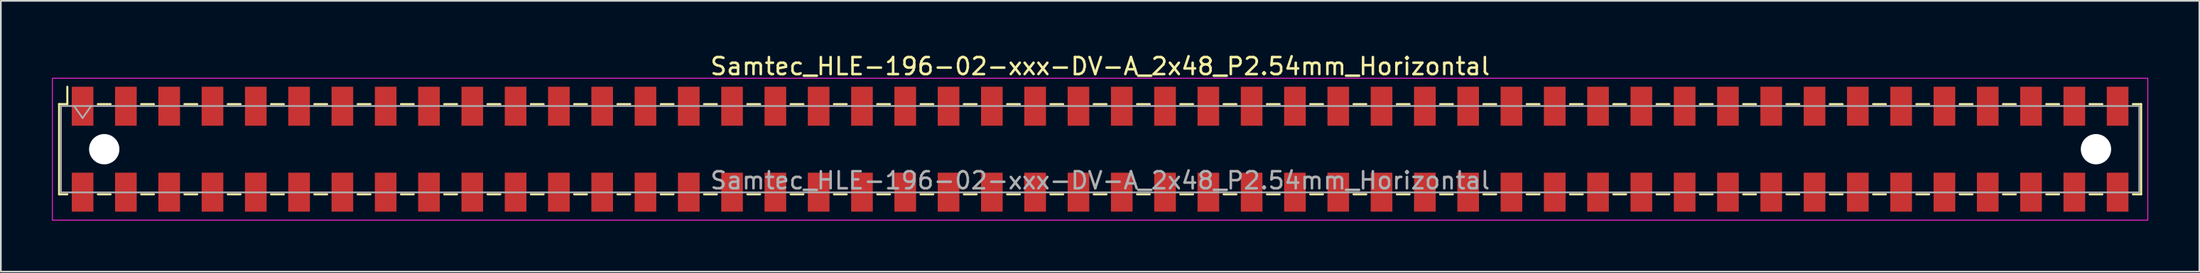
<source format=kicad_pcb>
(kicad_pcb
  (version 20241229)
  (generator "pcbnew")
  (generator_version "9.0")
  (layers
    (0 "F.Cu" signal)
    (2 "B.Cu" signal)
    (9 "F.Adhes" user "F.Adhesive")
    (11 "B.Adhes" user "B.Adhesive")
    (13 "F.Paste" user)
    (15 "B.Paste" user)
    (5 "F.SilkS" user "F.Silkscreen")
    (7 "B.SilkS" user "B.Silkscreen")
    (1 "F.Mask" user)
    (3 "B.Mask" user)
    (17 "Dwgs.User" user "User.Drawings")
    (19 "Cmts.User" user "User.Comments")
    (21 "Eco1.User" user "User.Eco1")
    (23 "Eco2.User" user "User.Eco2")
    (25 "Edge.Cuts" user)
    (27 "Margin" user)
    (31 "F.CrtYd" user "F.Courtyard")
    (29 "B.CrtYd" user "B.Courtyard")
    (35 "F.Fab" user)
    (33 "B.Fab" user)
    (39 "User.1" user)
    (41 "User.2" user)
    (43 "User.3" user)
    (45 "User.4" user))
  (footprint "Samtec_HLE-196-02-xxx-DV-A_2x48_P2.54mm_Horizontal"
    (layer "F.Cu")
    (at 61.485 5.718)
    (property "Reference" "Samtec_HLE-196-02-xxx-DV-A_2x48_P2.54mm_Horizontal" (at 0 -4.87 0) (layer "F.SilkS") (effects (font (size 1 1) (thickness 0.15))))
    (attr smd)
    (fp_line (start -61.07 -2.65) (end -61.07 2.65) (stroke (width 0.12) (type solid)) (layer "F.SilkS"))
    (fp_line (start -61.07 2.65) (end -60.585 2.65) (stroke (width 0.12) (type solid)) (layer "F.SilkS"))
    (fp_line (start -60.585 -3.67) (end -60.585 -2.65) (stroke (width 0.12) (type solid)) (layer "F.SilkS"))
    (fp_line (start -60.585 -2.65) (end -61.07 -2.65) (stroke (width 0.12) (type solid)) (layer "F.SilkS"))
    (fp_line (start -58.795 -2.65) (end -58.045 -2.65) (stroke (width 0.12) (type solid)) (layer "F.SilkS"))
    (fp_line (start -58.795 2.65) (end -58.045 2.65) (stroke (width 0.12) (type solid)) (layer "F.SilkS"))
    (fp_line (start -56.255 -2.65) (end -55.505 -2.65) (stroke (width 0.12) (type solid)) (layer "F.SilkS"))
    (fp_line (start -56.255 2.65) (end -55.505 2.65) (stroke (width 0.12) (type solid)) (layer "F.SilkS"))
    (fp_line (start -53.715 -2.65) (end -52.965 -2.65) (stroke (width 0.12) (type solid)) (layer "F.SilkS"))
    (fp_line (start -53.715 2.65) (end -52.965 2.65) (stroke (width 0.12) (type solid)) (layer "F.SilkS"))
    (fp_line (start -51.175 -2.65) (end -50.425 -2.65) (stroke (width 0.12) (type solid)) (layer "F.SilkS"))
    (fp_line (start -51.175 2.65) (end -50.425 2.65) (stroke (width 0.12) (type solid)) (layer "F.SilkS"))
    (fp_line (start -48.635 -2.65) (end -47.885 -2.65) (stroke (width 0.12) (type solid)) (layer "F.SilkS"))
    (fp_line (start -48.635 2.65) (end -47.885 2.65) (stroke (width 0.12) (type solid)) (layer "F.SilkS"))
    (fp_line (start -46.095 -2.65) (end -45.345 -2.65) (stroke (width 0.12) (type solid)) (layer "F.SilkS"))
    (fp_line (start -46.095 2.65) (end -45.345 2.65) (stroke (width 0.12) (type solid)) (layer "F.SilkS"))
    (fp_line (start -43.555 -2.65) (end -42.805 -2.65) (stroke (width 0.12) (type solid)) (layer "F.SilkS"))
    (fp_line (start -43.555 2.65) (end -42.805 2.65) (stroke (width 0.12) (type solid)) (layer "F.SilkS"))
    (fp_line (start -41.015 -2.65) (end -40.265 -2.65) (stroke (width 0.12) (type solid)) (layer "F.SilkS"))
    (fp_line (start -41.015 2.65) (end -40.265 2.65) (stroke (width 0.12) (type solid)) (layer "F.SilkS"))
    (fp_line (start -38.475 -2.65) (end -37.725 -2.65) (stroke (width 0.12) (type solid)) (layer "F.SilkS"))
    (fp_line (start -38.475 2.65) (end -37.725 2.65) (stroke (width 0.12) (type solid)) (layer "F.SilkS"))
    (fp_line (start -35.935 -2.65) (end -35.185 -2.65) (stroke (width 0.12) (type solid)) (layer "F.SilkS"))
    (fp_line (start -35.935 2.65) (end -35.185 2.65) (stroke (width 0.12) (type solid)) (layer "F.SilkS"))
    (fp_line (start -33.395 -2.65) (end -32.645 -2.65) (stroke (width 0.12) (type solid)) (layer "F.SilkS"))
    (fp_line (start -33.395 2.65) (end -32.645 2.65) (stroke (width 0.12) (type solid)) (layer "F.SilkS"))
    (fp_line (start -30.855 -2.65) (end -30.105 -2.65) (stroke (width 0.12) (type solid)) (layer "F.SilkS"))
    (fp_line (start -30.855 2.65) (end -30.105 2.65) (stroke (width 0.12) (type solid)) (layer "F.SilkS"))
    (fp_line (start -28.315 -2.65) (end -27.565 -2.65) (stroke (width 0.12) (type solid)) (layer "F.SilkS"))
    (fp_line (start -28.315 2.65) (end -27.565 2.65) (stroke (width 0.12) (type solid)) (layer "F.SilkS"))
    (fp_line (start -25.775 -2.65) (end -25.025 -2.65) (stroke (width 0.12) (type solid)) (layer "F.SilkS"))
    (fp_line (start -25.775 2.65) (end -25.025 2.65) (stroke (width 0.12) (type solid)) (layer "F.SilkS"))
    (fp_line (start -23.235 -2.65) (end -22.485 -2.65) (stroke (width 0.12) (type solid)) (layer "F.SilkS"))
    (fp_line (start -23.235 2.65) (end -22.485 2.65) (stroke (width 0.12) (type solid)) (layer "F.SilkS"))
    (fp_line (start -20.695 -2.65) (end -19.945 -2.65) (stroke (width 0.12) (type solid)) (layer "F.SilkS"))
    (fp_line (start -20.695 2.65) (end -19.945 2.65) (stroke (width 0.12) (type solid)) (layer "F.SilkS"))
    (fp_line (start -18.155 -2.65) (end -17.405 -2.65) (stroke (width 0.12) (type solid)) (layer "F.SilkS"))
    (fp_line (start -18.155 2.65) (end -17.405 2.65) (stroke (width 0.12) (type solid)) (layer "F.SilkS"))
    (fp_line (start -15.615 -2.65) (end -14.865 -2.65) (stroke (width 0.12) (type solid)) (layer "F.SilkS"))
    (fp_line (start -15.615 2.65) (end -14.865 2.65) (stroke (width 0.12) (type solid)) (layer "F.SilkS"))
    (fp_line (start -13.075 -2.65) (end -12.325 -2.65) (stroke (width 0.12) (type solid)) (layer "F.SilkS"))
    (fp_line (start -13.075 2.65) (end -12.325 2.65) (stroke (width 0.12) (type solid)) (layer "F.SilkS"))
    (fp_line (start -10.535 -2.65) (end -9.785 -2.65) (stroke (width 0.12) (type solid)) (layer "F.SilkS"))
    (fp_line (start -10.535 2.65) (end -9.785 2.65) (stroke (width 0.12) (type solid)) (layer "F.SilkS"))
    (fp_line (start -7.995 -2.65) (end -7.245 -2.65) (stroke (width 0.12) (type solid)) (layer "F.SilkS"))
    (fp_line (start -7.995 2.65) (end -7.245 2.65) (stroke (width 0.12) (type solid)) (layer "F.SilkS"))
    (fp_line (start -5.455 -2.65) (end -4.705 -2.65) (stroke (width 0.12) (type solid)) (layer "F.SilkS"))
    (fp_line (start -5.455 2.65) (end -4.705 2.65) (stroke (width 0.12) (type solid)) (layer "F.SilkS"))
    (fp_line (start -2.915 -2.65) (end -2.165 -2.65) (stroke (width 0.12) (type solid)) (layer "F.SilkS"))
    (fp_line (start -2.915 2.65) (end -2.165 2.65) (stroke (width 0.12) (type solid)) (layer "F.SilkS"))
    (fp_line (start -0.375 -2.65) (end 0.375 -2.65) (stroke (width 0.12) (type solid)) (layer "F.SilkS"))
    (fp_line (start -0.375 2.65) (end 0.375 2.65) (stroke (width 0.12) (type solid)) (layer "F.SilkS"))
    (fp_line (start 2.165 -2.65) (end 2.915 -2.65) (stroke (width 0.12) (type solid)) (layer "F.SilkS"))
    (fp_line (start 2.165 2.65) (end 2.915 2.65) (stroke (width 0.12) (type solid)) (layer "F.SilkS"))
    (fp_line (start 4.705 -2.65) (end 5.455 -2.65) (stroke (width 0.12) (type solid)) (layer "F.SilkS"))
    (fp_line (start 4.705 2.65) (end 5.455 2.65) (stroke (width 0.12) (type solid)) (layer "F.SilkS"))
    (fp_line (start 7.245 -2.65) (end 7.995 -2.65) (stroke (width 0.12) (type solid)) (layer "F.SilkS"))
    (fp_line (start 7.245 2.65) (end 7.995 2.65) (stroke (width 0.12) (type solid)) (layer "F.SilkS"))
    (fp_line (start 9.785 -2.65) (end 10.535 -2.65) (stroke (width 0.12) (type solid)) (layer "F.SilkS"))
    (fp_line (start 9.785 2.65) (end 10.535 2.65) (stroke (width 0.12) (type solid)) (layer "F.SilkS"))
    (fp_line (start 12.325 -2.65) (end 13.075 -2.65) (stroke (width 0.12) (type solid)) (layer "F.SilkS"))
    (fp_line (start 12.325 2.65) (end 13.075 2.65) (stroke (width 0.12) (type solid)) (layer "F.SilkS"))
    (fp_line (start 14.865 -2.65) (end 15.615 -2.65) (stroke (width 0.12) (type solid)) (layer "F.SilkS"))
    (fp_line (start 14.865 2.65) (end 15.615 2.65) (stroke (width 0.12) (type solid)) (layer "F.SilkS"))
    (fp_line (start 17.405 -2.65) (end 18.155 -2.65) (stroke (width 0.12) (type solid)) (layer "F.SilkS"))
    (fp_line (start 17.405 2.65) (end 18.155 2.65) (stroke (width 0.12) (type solid)) (layer "F.SilkS"))
    (fp_line (start 19.945 -2.65) (end 20.695 -2.65) (stroke (width 0.12) (type solid)) (layer "F.SilkS"))
    (fp_line (start 19.945 2.65) (end 20.695 2.65) (stroke (width 0.12) (type solid)) (layer "F.SilkS"))
    (fp_line (start 22.485 -2.65) (end 23.235 -2.65) (stroke (width 0.12) (type solid)) (layer "F.SilkS"))
    (fp_line (start 22.485 2.65) (end 23.235 2.65) (stroke (width 0.12) (type solid)) (layer "F.SilkS"))
    (fp_line (start 25.025 -2.65) (end 25.775 -2.65) (stroke (width 0.12) (type solid)) (layer "F.SilkS"))
    (fp_line (start 25.025 2.65) (end 25.775 2.65) (stroke (width 0.12) (type solid)) (layer "F.SilkS"))
    (fp_line (start 27.565 -2.65) (end 28.315 -2.65) (stroke (width 0.12) (type solid)) (layer "F.SilkS"))
    (fp_line (start 27.565 2.65) (end 28.315 2.65) (stroke (width 0.12) (type solid)) (layer "F.SilkS"))
    (fp_line (start 30.105 -2.65) (end 30.855 -2.65) (stroke (width 0.12) (type solid)) (layer "F.SilkS"))
    (fp_line (start 30.105 2.65) (end 30.855 2.65) (stroke (width 0.12) (type solid)) (layer "F.SilkS"))
    (fp_line (start 32.645 -2.65) (end 33.395 -2.65) (stroke (width 0.12) (type solid)) (layer "F.SilkS"))
    (fp_line (start 32.645 2.65) (end 33.395 2.65) (stroke (width 0.12) (type solid)) (layer "F.SilkS"))
    (fp_line (start 35.185 -2.65) (end 35.935 -2.65) (stroke (width 0.12) (type solid)) (layer "F.SilkS"))
    (fp_line (start 35.185 2.65) (end 35.935 2.65) (stroke (width 0.12) (type solid)) (layer "F.SilkS"))
    (fp_line (start 37.725 -2.65) (end 38.475 -2.65) (stroke (width 0.12) (type solid)) (layer "F.SilkS"))
    (fp_line (start 37.725 2.65) (end 38.475 2.65) (stroke (width 0.12) (type solid)) (layer "F.SilkS"))
    (fp_line (start 40.265 -2.65) (end 41.015 -2.65) (stroke (width 0.12) (type solid)) (layer "F.SilkS"))
    (fp_line (start 40.265 2.65) (end 41.015 2.65) (stroke (width 0.12) (type solid)) (layer "F.SilkS"))
    (fp_line (start 42.805 -2.65) (end 43.555 -2.65) (stroke (width 0.12) (type solid)) (layer "F.SilkS"))
    (fp_line (start 42.805 2.65) (end 43.555 2.65) (stroke (width 0.12) (type solid)) (layer "F.SilkS"))
    (fp_line (start 45.345 -2.65) (end 46.095 -2.65) (stroke (width 0.12) (type solid)) (layer "F.SilkS"))
    (fp_line (start 45.345 2.65) (end 46.095 2.65) (stroke (width 0.12) (type solid)) (layer "F.SilkS"))
    (fp_line (start 47.885 -2.65) (end 48.635 -2.65) (stroke (width 0.12) (type solid)) (layer "F.SilkS"))
    (fp_line (start 47.885 2.65) (end 48.635 2.65) (stroke (width 0.12) (type solid)) (layer "F.SilkS"))
    (fp_line (start 50.425 -2.65) (end 51.175 -2.65) (stroke (width 0.12) (type solid)) (layer "F.SilkS"))
    (fp_line (start 50.425 2.65) (end 51.175 2.65) (stroke (width 0.12) (type solid)) (layer "F.SilkS"))
    (fp_line (start 52.965 -2.65) (end 53.715 -2.65) (stroke (width 0.12) (type solid)) (layer "F.SilkS"))
    (fp_line (start 52.965 2.65) (end 53.715 2.65) (stroke (width 0.12) (type solid)) (layer "F.SilkS"))
    (fp_line (start 55.505 -2.65) (end 56.255 -2.65) (stroke (width 0.12) (type solid)) (layer "F.SilkS"))
    (fp_line (start 55.505 2.65) (end 56.255 2.65) (stroke (width 0.12) (type solid)) (layer "F.SilkS"))
    (fp_line (start 58.045 -2.65) (end 58.795 -2.65) (stroke (width 0.12) (type solid)) (layer "F.SilkS"))
    (fp_line (start 58.045 2.65) (end 58.795 2.65) (stroke (width 0.12) (type solid)) (layer "F.SilkS"))
    (fp_line (start 60.585 -2.65) (end 61.07 -2.65) (stroke (width 0.12) (type solid)) (layer "F.SilkS"))
    (fp_line (start 61.07 -2.65) (end 61.07 2.65) (stroke (width 0.12) (type solid)) (layer "F.SilkS"))
    (fp_line (start 61.07 2.65) (end 60.585 2.65) (stroke (width 0.12) (type solid)) (layer "F.SilkS"))
    (fp_line (start -61.46 -4.17) (end 61.46 -4.17) (stroke (width 0.05) (type solid)) (layer "F.CrtYd"))
    (fp_line (start -61.46 4.17) (end -61.46 -4.17) (stroke (width 0.05) (type solid)) (layer "F.CrtYd"))
    (fp_line (start 61.46 -4.17) (end 61.46 4.17) (stroke (width 0.05) (type solid)) (layer "F.CrtYd"))
    (fp_line (start 61.46 4.17) (end -61.46 4.17) (stroke (width 0.05) (type solid)) (layer "F.CrtYd"))
    (fp_line (start -60.96 -2.54) (end 60.96 -2.54) (stroke (width 0.1) (type solid)) (layer "F.Fab"))
    (fp_line (start -60.96 2.54) (end -60.96 -2.54) (stroke (width 0.1) (type solid)) (layer "F.Fab"))
    (fp_line (start -60.19 -2.54) (end -59.69 -1.833) (stroke (width 0.1) (type solid)) (layer "F.Fab"))
    (fp_line (start -59.69 -1.833) (end -59.19 -2.54) (stroke (width 0.1) (type solid)) (layer "F.Fab"))
    (fp_line (start 60.96 -2.54) (end 60.96 2.54) (stroke (width 0.1) (type solid)) (layer "F.Fab"))
    (fp_line (start 60.96 2.54) (end -60.96 2.54) (stroke (width 0.1) (type solid)) (layer "F.Fab"))
    (fp_text user "${REFERENCE}" (at 0 1.84 0) (layer "F.Fab") (effects (font (size 1 1) (thickness 0.15))))
    (pad "" np_thru_hole circle (at -58.42 0) (size 1.78 1.78) (drill 1.78) (layers "*.Cu" "*.Mask"))
    (pad "" np_thru_hole circle (at 58.42 0) (size 1.78 1.78) (drill 1.78) (layers "*.Cu" "*.Mask"))
    (pad "1" smd rect (at -59.69 -2.525) (size 1.27 2.29) (layers "F.Cu" "F.Mask" "F.Paste"))
    (pad "2" smd rect (at -59.69 2.525) (size 1.27 2.29) (layers "F.Cu" "F.Mask" "F.Paste"))
    (pad "3" smd rect (at -57.15 -2.525) (size 1.27 2.29) (layers "F.Cu" "F.Mask" "F.Paste"))
    (pad "4" smd rect (at -57.15 2.525) (size 1.27 2.29) (layers "F.Cu" "F.Mask" "F.Paste"))
    (pad "5" smd rect (at -54.61 -2.525) (size 1.27 2.29) (layers "F.Cu" "F.Mask" "F.Paste"))
    (pad "6" smd rect (at -54.61 2.525) (size 1.27 2.29) (layers "F.Cu" "F.Mask" "F.Paste"))
    (pad "7" smd rect (at -52.07 -2.525) (size 1.27 2.29) (layers "F.Cu" "F.Mask" "F.Paste"))
    (pad "8" smd rect (at -52.07 2.525) (size 1.27 2.29) (layers "F.Cu" "F.Mask" "F.Paste"))
    (pad "9" smd rect (at -49.53 -2.525) (size 1.27 2.29) (layers "F.Cu" "F.Mask" "F.Paste"))
    (pad "10" smd rect (at -49.53 2.525) (size 1.27 2.29) (layers "F.Cu" "F.Mask" "F.Paste"))
    (pad "11" smd rect (at -46.99 -2.525) (size 1.27 2.29) (layers "F.Cu" "F.Mask" "F.Paste"))
    (pad "12" smd rect (at -46.99 2.525) (size 1.27 2.29) (layers "F.Cu" "F.Mask" "F.Paste"))
    (pad "13" smd rect (at -44.45 -2.525) (size 1.27 2.29) (layers "F.Cu" "F.Mask" "F.Paste"))
    (pad "14" smd rect (at -44.45 2.525) (size 1.27 2.29) (layers "F.Cu" "F.Mask" "F.Paste"))
    (pad "15" smd rect (at -41.91 -2.525) (size 1.27 2.29) (layers "F.Cu" "F.Mask" "F.Paste"))
    (pad "16" smd rect (at -41.91 2.525) (size 1.27 2.29) (layers "F.Cu" "F.Mask" "F.Paste"))
    (pad "17" smd rect (at -39.37 -2.525) (size 1.27 2.29) (layers "F.Cu" "F.Mask" "F.Paste"))
    (pad "18" smd rect (at -39.37 2.525) (size 1.27 2.29) (layers "F.Cu" "F.Mask" "F.Paste"))
    (pad "19" smd rect (at -36.83 -2.525) (size 1.27 2.29) (layers "F.Cu" "F.Mask" "F.Paste"))
    (pad "20" smd rect (at -36.83 2.525) (size 1.27 2.29) (layers "F.Cu" "F.Mask" "F.Paste"))
    (pad "21" smd rect (at -34.29 -2.525) (size 1.27 2.29) (layers "F.Cu" "F.Mask" "F.Paste"))
    (pad "22" smd rect (at -34.29 2.525) (size 1.27 2.29) (layers "F.Cu" "F.Mask" "F.Paste"))
    (pad "23" smd rect (at -31.75 -2.525) (size 1.27 2.29) (layers "F.Cu" "F.Mask" "F.Paste"))
    (pad "24" smd rect (at -31.75 2.525) (size 1.27 2.29) (layers "F.Cu" "F.Mask" "F.Paste"))
    (pad "25" smd rect (at -29.21 -2.525) (size 1.27 2.29) (layers "F.Cu" "F.Mask" "F.Paste"))
    (pad "26" smd rect (at -29.21 2.525) (size 1.27 2.29) (layers "F.Cu" "F.Mask" "F.Paste"))
    (pad "27" smd rect (at -26.67 -2.525) (size 1.27 2.29) (layers "F.Cu" "F.Mask" "F.Paste"))
    (pad "28" smd rect (at -26.67 2.525) (size 1.27 2.29) (layers "F.Cu" "F.Mask" "F.Paste"))
    (pad "29" smd rect (at -24.13 -2.525) (size 1.27 2.29) (layers "F.Cu" "F.Mask" "F.Paste"))
    (pad "30" smd rect (at -24.13 2.525) (size 1.27 2.29) (layers "F.Cu" "F.Mask" "F.Paste"))
    (pad "31" smd rect (at -21.59 -2.525) (size 1.27 2.29) (layers "F.Cu" "F.Mask" "F.Paste"))
    (pad "32" smd rect (at -21.59 2.525) (size 1.27 2.29) (layers "F.Cu" "F.Mask" "F.Paste"))
    (pad "33" smd rect (at -19.05 -2.525) (size 1.27 2.29) (layers "F.Cu" "F.Mask" "F.Paste"))
    (pad "34" smd rect (at -19.05 2.525) (size 1.27 2.29) (layers "F.Cu" "F.Mask" "F.Paste"))
    (pad "35" smd rect (at -16.51 -2.525) (size 1.27 2.29) (layers "F.Cu" "F.Mask" "F.Paste"))
    (pad "36" smd rect (at -16.51 2.525) (size 1.27 2.29) (layers "F.Cu" "F.Mask" "F.Paste"))
    (pad "37" smd rect (at -13.97 -2.525) (size 1.27 2.29) (layers "F.Cu" "F.Mask" "F.Paste"))
    (pad "38" smd rect (at -13.97 2.525) (size 1.27 2.29) (layers "F.Cu" "F.Mask" "F.Paste"))
    (pad "39" smd rect (at -11.43 -2.525) (size 1.27 2.29) (layers "F.Cu" "F.Mask" "F.Paste"))
    (pad "40" smd rect (at -11.43 2.525) (size 1.27 2.29) (layers "F.Cu" "F.Mask" "F.Paste"))
    (pad "41" smd rect (at -8.89 -2.525) (size 1.27 2.29) (layers "F.Cu" "F.Mask" "F.Paste"))
    (pad "42" smd rect (at -8.89 2.525) (size 1.27 2.29) (layers "F.Cu" "F.Mask" "F.Paste"))
    (pad "43" smd rect (at -6.35 -2.525) (size 1.27 2.29) (layers "F.Cu" "F.Mask" "F.Paste"))
    (pad "44" smd rect (at -6.35 2.525) (size 1.27 2.29) (layers "F.Cu" "F.Mask" "F.Paste"))
    (pad "45" smd rect (at -3.81 -2.525) (size 1.27 2.29) (layers "F.Cu" "F.Mask" "F.Paste"))
    (pad "46" smd rect (at -3.81 2.525) (size 1.27 2.29) (layers "F.Cu" "F.Mask" "F.Paste"))
    (pad "47" smd rect (at -1.27 -2.525) (size 1.27 2.29) (layers "F.Cu" "F.Mask" "F.Paste"))
    (pad "48" smd rect (at -1.27 2.525) (size 1.27 2.29) (layers "F.Cu" "F.Mask" "F.Paste"))
    (pad "49" smd rect (at 1.27 -2.525) (size 1.27 2.29) (layers "F.Cu" "F.Mask" "F.Paste"))
    (pad "50" smd rect (at 1.27 2.525) (size 1.27 2.29) (layers "F.Cu" "F.Mask" "F.Paste"))
    (pad "51" smd rect (at 3.81 -2.525) (size 1.27 2.29) (layers "F.Cu" "F.Mask" "F.Paste"))
    (pad "52" smd rect (at 3.81 2.525) (size 1.27 2.29) (layers "F.Cu" "F.Mask" "F.Paste"))
    (pad "53" smd rect (at 6.35 -2.525) (size 1.27 2.29) (layers "F.Cu" "F.Mask" "F.Paste"))
    (pad "54" smd rect (at 6.35 2.525) (size 1.27 2.29) (layers "F.Cu" "F.Mask" "F.Paste"))
    (pad "55" smd rect (at 8.89 -2.525) (size 1.27 2.29) (layers "F.Cu" "F.Mask" "F.Paste"))
    (pad "56" smd rect (at 8.89 2.525) (size 1.27 2.29) (layers "F.Cu" "F.Mask" "F.Paste"))
    (pad "57" smd rect (at 11.43 -2.525) (size 1.27 2.29) (layers "F.Cu" "F.Mask" "F.Paste"))
    (pad "58" smd rect (at 11.43 2.525) (size 1.27 2.29) (layers "F.Cu" "F.Mask" "F.Paste"))
    (pad "59" smd rect (at 13.97 -2.525) (size 1.27 2.29) (layers "F.Cu" "F.Mask" "F.Paste"))
    (pad "60" smd rect (at 13.97 2.525) (size 1.27 2.29) (layers "F.Cu" "F.Mask" "F.Paste"))
    (pad "61" smd rect (at 16.51 -2.525) (size 1.27 2.29) (layers "F.Cu" "F.Mask" "F.Paste"))
    (pad "62" smd rect (at 16.51 2.525) (size 1.27 2.29) (layers "F.Cu" "F.Mask" "F.Paste"))
    (pad "63" smd rect (at 19.05 -2.525) (size 1.27 2.29) (layers "F.Cu" "F.Mask" "F.Paste"))
    (pad "64" smd rect (at 19.05 2.525) (size 1.27 2.29) (layers "F.Cu" "F.Mask" "F.Paste"))
    (pad "65" smd rect (at 21.59 -2.525) (size 1.27 2.29) (layers "F.Cu" "F.Mask" "F.Paste"))
    (pad "66" smd rect (at 21.59 2.525) (size 1.27 2.29) (layers "F.Cu" "F.Mask" "F.Paste"))
    (pad "67" smd rect (at 24.13 -2.525) (size 1.27 2.29) (layers "F.Cu" "F.Mask" "F.Paste"))
    (pad "68" smd rect (at 24.13 2.525) (size 1.27 2.29) (layers "F.Cu" "F.Mask" "F.Paste"))
    (pad "69" smd rect (at 26.67 -2.525) (size 1.27 2.29) (layers "F.Cu" "F.Mask" "F.Paste"))
    (pad "70" smd rect (at 26.67 2.525) (size 1.27 2.29) (layers "F.Cu" "F.Mask" "F.Paste"))
    (pad "71" smd rect (at 29.21 -2.525) (size 1.27 2.29) (layers "F.Cu" "F.Mask" "F.Paste"))
    (pad "72" smd rect (at 29.21 2.525) (size 1.27 2.29) (layers "F.Cu" "F.Mask" "F.Paste"))
    (pad "73" smd rect (at 31.75 -2.525) (size 1.27 2.29) (layers "F.Cu" "F.Mask" "F.Paste"))
    (pad "74" smd rect (at 31.75 2.525) (size 1.27 2.29) (layers "F.Cu" "F.Mask" "F.Paste"))
    (pad "75" smd rect (at 34.29 -2.525) (size 1.27 2.29) (layers "F.Cu" "F.Mask" "F.Paste"))
    (pad "76" smd rect (at 34.29 2.525) (size 1.27 2.29) (layers "F.Cu" "F.Mask" "F.Paste"))
    (pad "77" smd rect (at 36.83 -2.525) (size 1.27 2.29) (layers "F.Cu" "F.Mask" "F.Paste"))
    (pad "78" smd rect (at 36.83 2.525) (size 1.27 2.29) (layers "F.Cu" "F.Mask" "F.Paste"))
    (pad "79" smd rect (at 39.37 -2.525) (size 1.27 2.29) (layers "F.Cu" "F.Mask" "F.Paste"))
    (pad "80" smd rect (at 39.37 2.525) (size 1.27 2.29) (layers "F.Cu" "F.Mask" "F.Paste"))
    (pad "81" smd rect (at 41.91 -2.525) (size 1.27 2.29) (layers "F.Cu" "F.Mask" "F.Paste"))
    (pad "82" smd rect (at 41.91 2.525) (size 1.27 2.29) (layers "F.Cu" "F.Mask" "F.Paste"))
    (pad "83" smd rect (at 44.45 -2.525) (size 1.27 2.29) (layers "F.Cu" "F.Mask" "F.Paste"))
    (pad "84" smd rect (at 44.45 2.525) (size 1.27 2.29) (layers "F.Cu" "F.Mask" "F.Paste"))
    (pad "85" smd rect (at 46.99 -2.525) (size 1.27 2.29) (layers "F.Cu" "F.Mask" "F.Paste"))
    (pad "86" smd rect (at 46.99 2.525) (size 1.27 2.29) (layers "F.Cu" "F.Mask" "F.Paste"))
    (pad "87" smd rect (at 49.53 -2.525) (size 1.27 2.29) (layers "F.Cu" "F.Mask" "F.Paste"))
    (pad "88" smd rect (at 49.53 2.525) (size 1.27 2.29) (layers "F.Cu" "F.Mask" "F.Paste"))
    (pad "89" smd rect (at 52.07 -2.525) (size 1.27 2.29) (layers "F.Cu" "F.Mask" "F.Paste"))
    (pad "90" smd rect (at 52.07 2.525) (size 1.27 2.29) (layers "F.Cu" "F.Mask" "F.Paste"))
    (pad "91" smd rect (at 54.61 -2.525) (size 1.27 2.29) (layers "F.Cu" "F.Mask" "F.Paste"))
    (pad "92" smd rect (at 54.61 2.525) (size 1.27 2.29) (layers "F.Cu" "F.Mask" "F.Paste"))
    (pad "93" smd rect (at 57.15 -2.525) (size 1.27 2.29) (layers "F.Cu" "F.Mask" "F.Paste"))
    (pad "94" smd rect (at 57.15 2.525) (size 1.27 2.29) (layers "F.Cu" "F.Mask" "F.Paste"))
    (pad "95" smd rect (at 59.69 -2.525) (size 1.27 2.29) (layers "F.Cu" "F.Mask" "F.Paste"))
    (pad "96" smd rect (at 59.69 2.525) (size 1.27 2.29) (layers "F.Cu" "F.Mask" "F.Paste")))
  (gr_rect
    (start -3 -3)
    (end 125.97 12.913)
    (stroke (width 0.1) (type default))
    (fill no)
    (layer "Edge.Cuts")))
</source>
